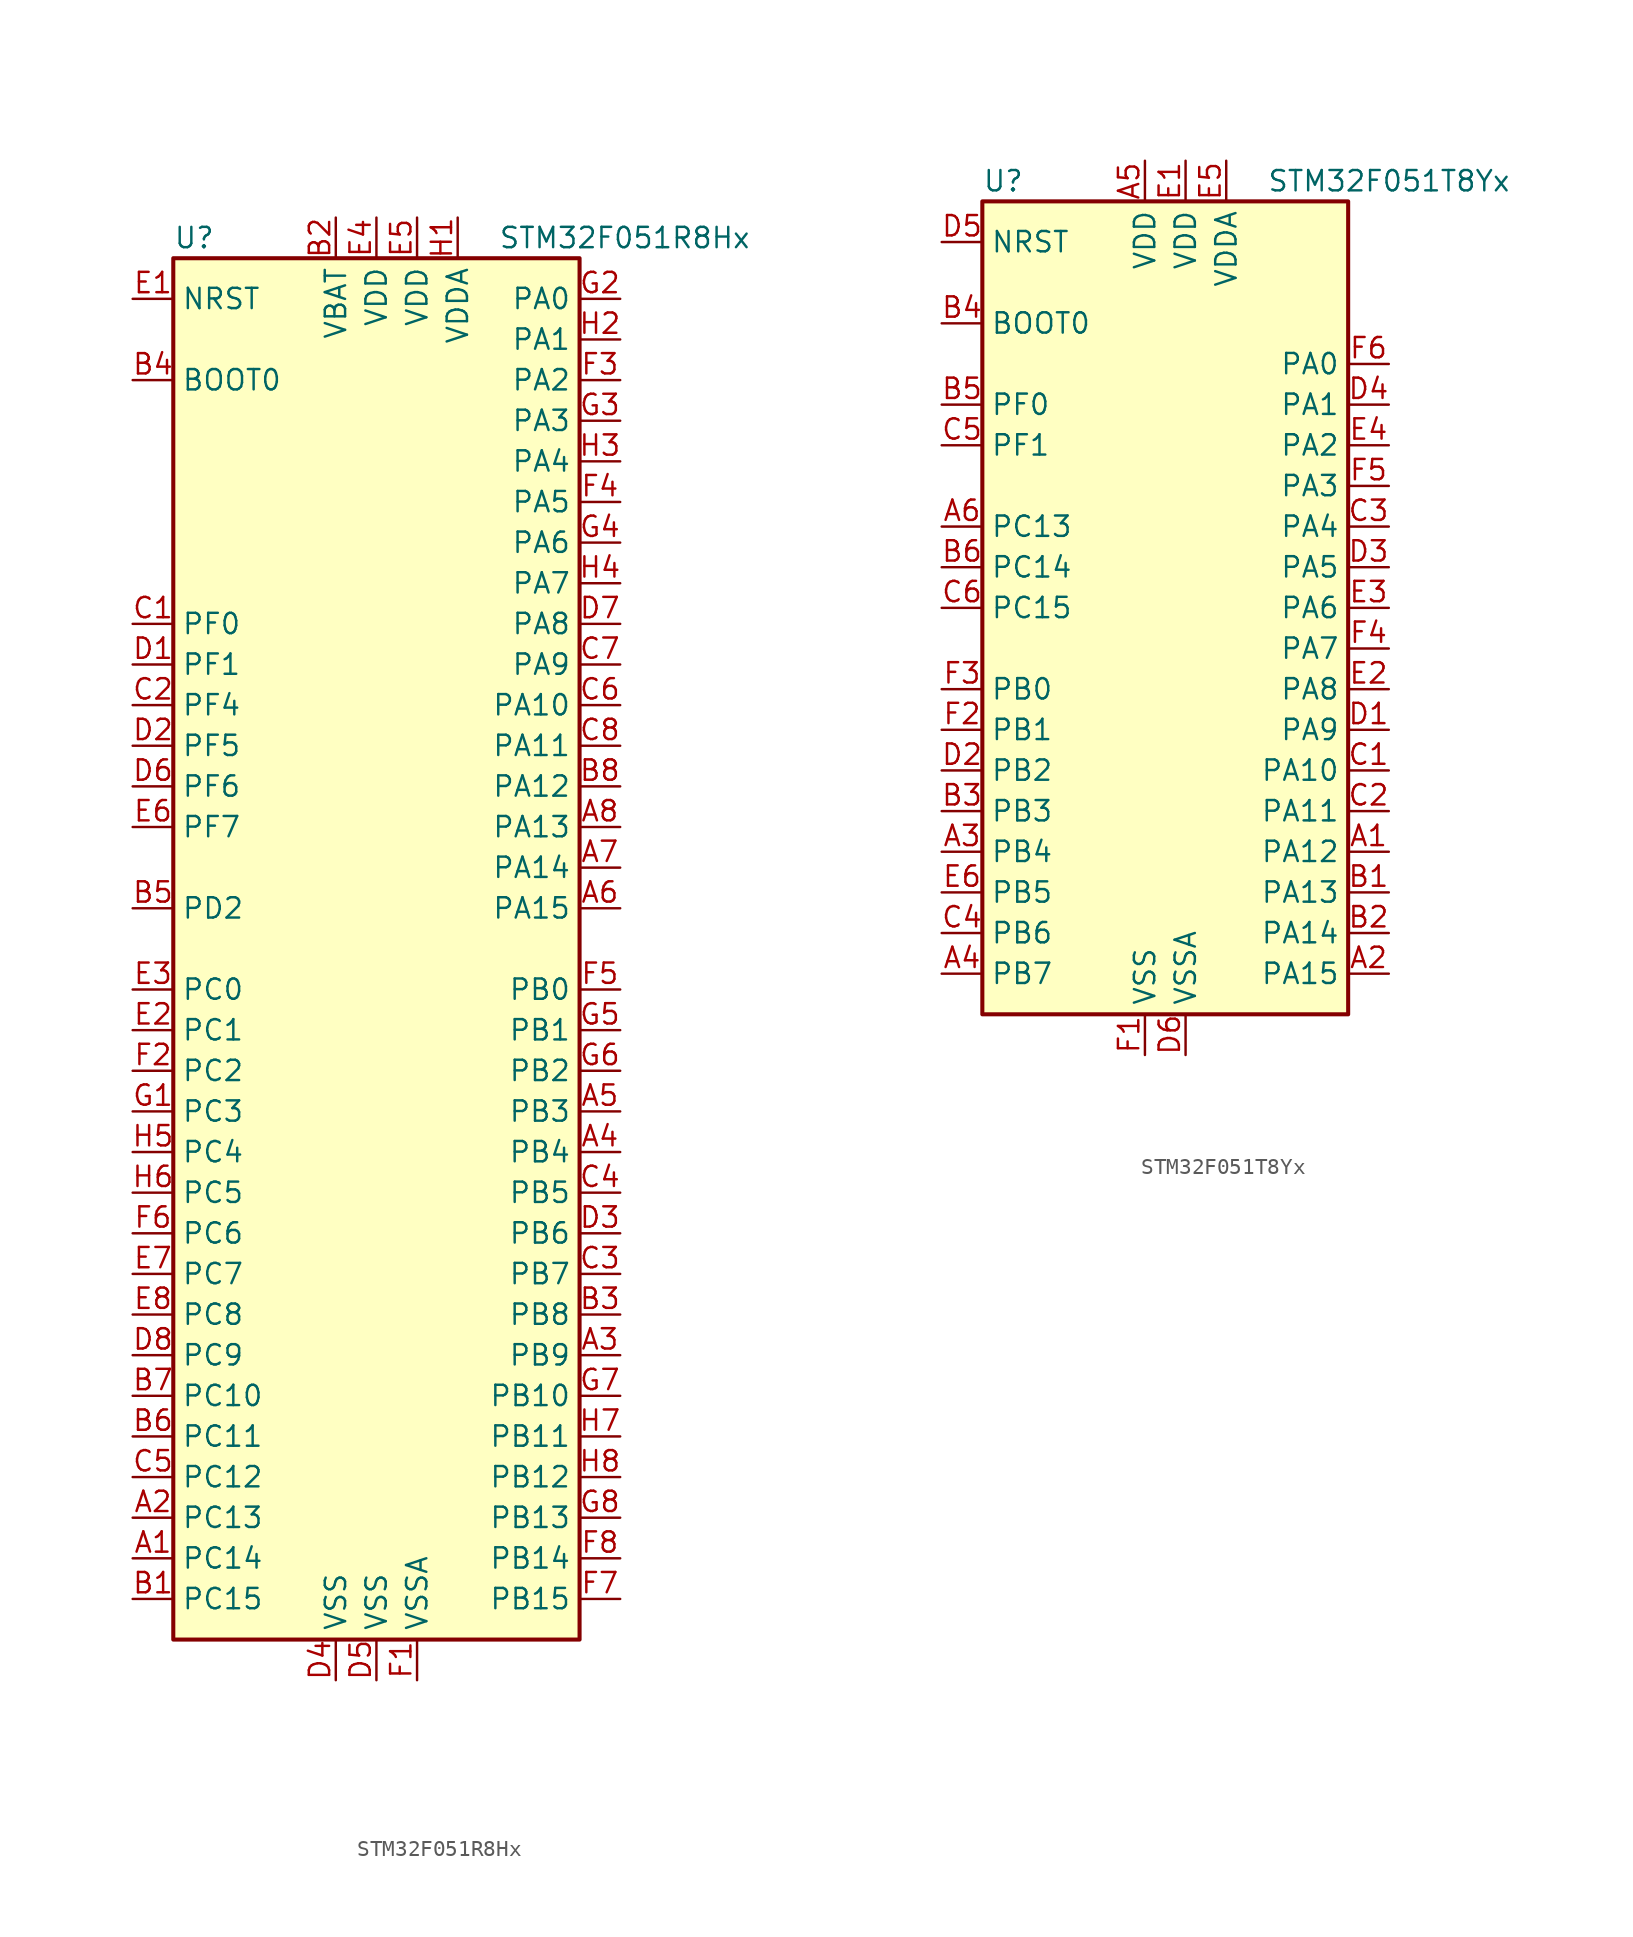
<source format=kicad_sym>
(kicad_symbol_lib
  (version 20211014)
  (generator kicad_symbol_editor)
  (symbol "STM32F051R8Hx"
    (property "Reference" "U"
      (at -12.7 44.45 0)
      (effects (font (size 1.27 1.27)) (justify left)))
    (property "Value" "STM32F051R8Hx"
      (at 7.62 44.45 0)
      (effects (font (size 1.27 1.27)) (justify left)))
    (symbol "STM32F051R8Hx_0_1"
      (rectangle (start -12.7 -43.18) (end 12.7 43.18) (stroke (width 0.254) (type default) (color 0 0 0 0)) (fill (type background))))
    (symbol "STM32F051R8Hx_1_1"
      (pin bidirectional line (at -15.24 -38.1 0) (length 2.54) (name "PC14" (effects (font (size 1.27 1.27)))) (number "A1" (effects (font (size 1.27 1.27)))))
      (pin bidirectional line (at -15.24 -35.56 0) (length 2.54) (name "PC13" (effects (font (size 1.27 1.27)))) (number "A2" (effects (font (size 1.27 1.27)))))
      (pin bidirectional line (at 15.24 -25.4 180) (length 2.54) (name "PB9" (effects (font (size 1.27 1.27)))) (number "A3" (effects (font (size 1.27 1.27)))))
      (pin bidirectional line (at 15.24 -12.7 180) (length 2.54) (name "PB4" (effects (font (size 1.27 1.27)))) (number "A4" (effects (font (size 1.27 1.27)))))
      (pin bidirectional line (at 15.24 -10.16 180) (length 2.54) (name "PB3" (effects (font (size 1.27 1.27)))) (number "A5" (effects (font (size 1.27 1.27)))))
      (pin bidirectional line (at 15.24 2.54 180) (length 2.54) (name "PA15" (effects (font (size 1.27 1.27)))) (number "A6" (effects (font (size 1.27 1.27)))))
      (pin bidirectional line (at 15.24 5.08 180) (length 2.54) (name "PA14" (effects (font (size 1.27 1.27)))) (number "A7" (effects (font (size 1.27 1.27)))))
      (pin bidirectional line (at 15.24 7.62 180) (length 2.54) (name "PA13" (effects (font (size 1.27 1.27)))) (number "A8" (effects (font (size 1.27 1.27)))))
      (pin bidirectional line (at -15.24 -40.64 0) (length 2.54) (name "PC15" (effects (font (size 1.27 1.27)))) (number "B1" (effects (font (size 1.27 1.27)))))
      (pin power_in line (at -2.54 45.72 270) (length 2.54) (name "VBAT" (effects (font (size 1.27 1.27)))) (number "B2" (effects (font (size 1.27 1.27)))))
      (pin bidirectional line (at 15.24 -22.86 180) (length 2.54) (name "PB8" (effects (font (size 1.27 1.27)))) (number "B3" (effects (font (size 1.27 1.27)))))
      (pin input line (at -15.24 35.56 0) (length 2.54) (name "BOOT0" (effects (font (size 1.27 1.27)))) (number "B4" (effects (font (size 1.27 1.27)))))
      (pin bidirectional line (at -15.24 2.54 0) (length 2.54) (name "PD2" (effects (font (size 1.27 1.27)))) (number "B5" (effects (font (size 1.27 1.27)))))
      (pin bidirectional line (at -15.24 -30.48 0) (length 2.54) (name "PC11" (effects (font (size 1.27 1.27)))) (number "B6" (effects (font (size 1.27 1.27)))))
      (pin bidirectional line (at -15.24 -27.94 0) (length 2.54) (name "PC10" (effects (font (size 1.27 1.27)))) (number "B7" (effects (font (size 1.27 1.27)))))
      (pin bidirectional line (at 15.24 10.16 180) (length 2.54) (name "PA12" (effects (font (size 1.27 1.27)))) (number "B8" (effects (font (size 1.27 1.27)))))
      (pin input line (at -15.24 20.32 0) (length 2.54) (name "PF0" (effects (font (size 1.27 1.27)))) (number "C1" (effects (font (size 1.27 1.27)))))
      (pin bidirectional line (at -15.24 15.24 0) (length 2.54) (name "PF4" (effects (font (size 1.27 1.27)))) (number "C2" (effects (font (size 1.27 1.27)))))
      (pin bidirectional line (at 15.24 -20.32 180) (length 2.54) (name "PB7" (effects (font (size 1.27 1.27)))) (number "C3" (effects (font (size 1.27 1.27)))))
      (pin bidirectional line (at 15.24 -15.24 180) (length 2.54) (name "PB5" (effects (font (size 1.27 1.27)))) (number "C4" (effects (font (size 1.27 1.27)))))
      (pin bidirectional line (at -15.24 -33.02 0) (length 2.54) (name "PC12" (effects (font (size 1.27 1.27)))) (number "C5" (effects (font (size 1.27 1.27)))))
      (pin bidirectional line (at 15.24 15.24 180) (length 2.54) (name "PA10" (effects (font (size 1.27 1.27)))) (number "C6" (effects (font (size 1.27 1.27)))))
      (pin bidirectional line (at 15.24 17.78 180) (length 2.54) (name "PA9" (effects (font (size 1.27 1.27)))) (number "C7" (effects (font (size 1.27 1.27)))))
      (pin bidirectional line (at 15.24 12.7 180) (length 2.54) (name "PA11" (effects (font (size 1.27 1.27)))) (number "C8" (effects (font (size 1.27 1.27)))))
      (pin input line (at -15.24 17.78 0) (length 2.54) (name "PF1" (effects (font (size 1.27 1.27)))) (number "D1" (effects (font (size 1.27 1.27)))))
      (pin bidirectional line (at -15.24 12.7 0) (length 2.54) (name "PF5" (effects (font (size 1.27 1.27)))) (number "D2" (effects (font (size 1.27 1.27)))))
      (pin bidirectional line (at 15.24 -17.78 180) (length 2.54) (name "PB6" (effects (font (size 1.27 1.27)))) (number "D3" (effects (font (size 1.27 1.27)))))
      (pin power_in line (at -2.54 -45.72 90) (length 2.54) (name "VSS" (effects (font (size 1.27 1.27)))) (number "D4" (effects (font (size 1.27 1.27)))))
      (pin power_in line (at 0 -45.72 90) (length 2.54) (name "VSS" (effects (font (size 1.27 1.27)))) (number "D5" (effects (font (size 1.27 1.27)))))
      (pin bidirectional line (at -15.24 10.16 0) (length 2.54) (name "PF6" (effects (font (size 1.27 1.27)))) (number "D6" (effects (font (size 1.27 1.27)))))
      (pin bidirectional line (at 15.24 20.32 180) (length 2.54) (name "PA8" (effects (font (size 1.27 1.27)))) (number "D7" (effects (font (size 1.27 1.27)))))
      (pin bidirectional line (at -15.24 -25.4 0) (length 2.54) (name "PC9" (effects (font (size 1.27 1.27)))) (number "D8" (effects (font (size 1.27 1.27)))))
      (pin input line (at -15.24 40.64 0) (length 2.54) (name "NRST" (effects (font (size 1.27 1.27)))) (number "E1" (effects (font (size 1.27 1.27)))))
      (pin bidirectional line (at -15.24 -5.08 0) (length 2.54) (name "PC1" (effects (font (size 1.27 1.27)))) (number "E2" (effects (font (size 1.27 1.27)))))
      (pin bidirectional line (at -15.24 -2.54 0) (length 2.54) (name "PC0" (effects (font (size 1.27 1.27)))) (number "E3" (effects (font (size 1.27 1.27)))))
      (pin power_in line (at 0 45.72 270) (length 2.54) (name "VDD" (effects (font (size 1.27 1.27)))) (number "E4" (effects (font (size 1.27 1.27)))))
      (pin power_in line (at 2.54 45.72 270) (length 2.54) (name "VDD" (effects (font (size 1.27 1.27)))) (number "E5" (effects (font (size 1.27 1.27)))))
      (pin bidirectional line (at -15.24 7.62 0) (length 2.54) (name "PF7" (effects (font (size 1.27 1.27)))) (number "E6" (effects (font (size 1.27 1.27)))))
      (pin bidirectional line (at -15.24 -20.32 0) (length 2.54) (name "PC7" (effects (font (size 1.27 1.27)))) (number "E7" (effects (font (size 1.27 1.27)))))
      (pin bidirectional line (at -15.24 -22.86 0) (length 2.54) (name "PC8" (effects (font (size 1.27 1.27)))) (number "E8" (effects (font (size 1.27 1.27)))))
      (pin power_in line (at 2.54 -45.72 90) (length 2.54) (name "VSSA" (effects (font (size 1.27 1.27)))) (number "F1" (effects (font (size 1.27 1.27)))))
      (pin bidirectional line (at -15.24 -7.62 0) (length 2.54) (name "PC2" (effects (font (size 1.27 1.27)))) (number "F2" (effects (font (size 1.27 1.27)))))
      (pin bidirectional line (at 15.24 35.56 180) (length 2.54) (name "PA2" (effects (font (size 1.27 1.27)))) (number "F3" (effects (font (size 1.27 1.27)))))
      (pin bidirectional line (at 15.24 27.94 180) (length 2.54) (name "PA5" (effects (font (size 1.27 1.27)))) (number "F4" (effects (font (size 1.27 1.27)))))
      (pin bidirectional line (at 15.24 -2.54 180) (length 2.54) (name "PB0" (effects (font (size 1.27 1.27)))) (number "F5" (effects (font (size 1.27 1.27)))))
      (pin bidirectional line (at -15.24 -17.78 0) (length 2.54) (name "PC6" (effects (font (size 1.27 1.27)))) (number "F6" (effects (font (size 1.27 1.27)))))
      (pin bidirectional line (at 15.24 -40.64 180) (length 2.54) (name "PB15" (effects (font (size 1.27 1.27)))) (number "F7" (effects (font (size 1.27 1.27)))))
      (pin bidirectional line (at 15.24 -38.1 180) (length 2.54) (name "PB14" (effects (font (size 1.27 1.27)))) (number "F8" (effects (font (size 1.27 1.27)))))
      (pin bidirectional line (at -15.24 -10.16 0) (length 2.54) (name "PC3" (effects (font (size 1.27 1.27)))) (number "G1" (effects (font (size 1.27 1.27)))))
      (pin bidirectional line (at 15.24 40.64 180) (length 2.54) (name "PA0" (effects (font (size 1.27 1.27)))) (number "G2" (effects (font (size 1.27 1.27)))))
      (pin bidirectional line (at 15.24 33.02 180) (length 2.54) (name "PA3" (effects (font (size 1.27 1.27)))) (number "G3" (effects (font (size 1.27 1.27)))))
      (pin bidirectional line (at 15.24 25.4 180) (length 2.54) (name "PA6" (effects (font (size 1.27 1.27)))) (number "G4" (effects (font (size 1.27 1.27)))))
      (pin bidirectional line (at 15.24 -5.08 180) (length 2.54) (name "PB1" (effects (font (size 1.27 1.27)))) (number "G5" (effects (font (size 1.27 1.27)))))
      (pin bidirectional line (at 15.24 -7.62 180) (length 2.54) (name "PB2" (effects (font (size 1.27 1.27)))) (number "G6" (effects (font (size 1.27 1.27)))))
      (pin bidirectional line (at 15.24 -27.94 180) (length 2.54) (name "PB10" (effects (font (size 1.27 1.27)))) (number "G7" (effects (font (size 1.27 1.27)))))
      (pin bidirectional line (at 15.24 -35.56 180) (length 2.54) (name "PB13" (effects (font (size 1.27 1.27)))) (number "G8" (effects (font (size 1.27 1.27)))))
      (pin power_in line (at 5.08 45.72 270) (length 2.54) (name "VDDA" (effects (font (size 1.27 1.27)))) (number "H1" (effects (font (size 1.27 1.27)))))
      (pin bidirectional line (at 15.24 38.1 180) (length 2.54) (name "PA1" (effects (font (size 1.27 1.27)))) (number "H2" (effects (font (size 1.27 1.27)))))
      (pin bidirectional line (at 15.24 30.48 180) (length 2.54) (name "PA4" (effects (font (size 1.27 1.27)))) (number "H3" (effects (font (size 1.27 1.27)))))
      (pin bidirectional line (at 15.24 22.86 180) (length 2.54) (name "PA7" (effects (font (size 1.27 1.27)))) (number "H4" (effects (font (size 1.27 1.27)))))
      (pin bidirectional line (at -15.24 -12.7 0) (length 2.54) (name "PC4" (effects (font (size 1.27 1.27)))) (number "H5" (effects (font (size 1.27 1.27)))))
      (pin bidirectional line (at -15.24 -15.24 0) (length 2.54) (name "PC5" (effects (font (size 1.27 1.27)))) (number "H6" (effects (font (size 1.27 1.27)))))
      (pin bidirectional line (at 15.24 -30.48 180) (length 2.54) (name "PB11" (effects (font (size 1.27 1.27)))) (number "H7" (effects (font (size 1.27 1.27)))))
      (pin bidirectional line (at 15.24 -33.02 180) (length 2.54) (name "PB12" (effects (font (size 1.27 1.27)))) (number "H8" (effects (font (size 1.27 1.27)))))))
  (symbol "STM32F051T8Yx"
    (property "Reference" "U"
      (at -12.7 26.67 0)
      (effects (font (size 1.27 1.27)) (justify left)))
    (property "Value" "STM32F051T8Yx"
      (at 5.08 26.67 0)
      (effects (font (size 1.27 1.27)) (justify left)))
    (symbol "STM32F051T8Yx_0_1"
      (rectangle (start -12.7 -25.4) (end 10.16 25.4) (stroke (width 0.254) (type default) (color 0 0 0 0)) (fill (type background))))
    (symbol "STM32F051T8Yx_1_1"
      (pin bidirectional line (at 12.7 -15.24 180) (length 2.54) (name "PA12" (effects (font (size 1.27 1.27)))) (number "A1" (effects (font (size 1.27 1.27)))))
      (pin bidirectional line (at 12.7 -22.86 180) (length 2.54) (name "PA15" (effects (font (size 1.27 1.27)))) (number "A2" (effects (font (size 1.27 1.27)))))
      (pin bidirectional line (at -15.24 -15.24 0) (length 2.54) (name "PB4" (effects (font (size 1.27 1.27)))) (number "A3" (effects (font (size 1.27 1.27)))))
      (pin bidirectional line (at -15.24 -22.86 0) (length 2.54) (name "PB7" (effects (font (size 1.27 1.27)))) (number "A4" (effects (font (size 1.27 1.27)))))
      (pin power_in line (at -2.54 27.94 270) (length 2.54) (name "VDD" (effects (font (size 1.27 1.27)))) (number "A5" (effects (font (size 1.27 1.27)))))
      (pin bidirectional line (at -15.24 5.08 0) (length 2.54) (name "PC13" (effects (font (size 1.27 1.27)))) (number "A6" (effects (font (size 1.27 1.27)))))
      (pin bidirectional line (at 12.7 -17.78 180) (length 2.54) (name "PA13" (effects (font (size 1.27 1.27)))) (number "B1" (effects (font (size 1.27 1.27)))))
      (pin bidirectional line (at 12.7 -20.32 180) (length 2.54) (name "PA14" (effects (font (size 1.27 1.27)))) (number "B2" (effects (font (size 1.27 1.27)))))
      (pin bidirectional line (at -15.24 -12.7 0) (length 2.54) (name "PB3" (effects (font (size 1.27 1.27)))) (number "B3" (effects (font (size 1.27 1.27)))))
      (pin input line (at -15.24 17.78 0) (length 2.54) (name "BOOT0" (effects (font (size 1.27 1.27)))) (number "B4" (effects (font (size 1.27 1.27)))))
      (pin input line (at -15.24 12.7 0) (length 2.54) (name "PF0" (effects (font (size 1.27 1.27)))) (number "B5" (effects (font (size 1.27 1.27)))))
      (pin bidirectional line (at -15.24 2.54 0) (length 2.54) (name "PC14" (effects (font (size 1.27 1.27)))) (number "B6" (effects (font (size 1.27 1.27)))))
      (pin bidirectional line (at 12.7 -10.16 180) (length 2.54) (name "PA10" (effects (font (size 1.27 1.27)))) (number "C1" (effects (font (size 1.27 1.27)))))
      (pin bidirectional line (at 12.7 -12.7 180) (length 2.54) (name "PA11" (effects (font (size 1.27 1.27)))) (number "C2" (effects (font (size 1.27 1.27)))))
      (pin bidirectional line (at 12.7 5.08 180) (length 2.54) (name "PA4" (effects (font (size 1.27 1.27)))) (number "C3" (effects (font (size 1.27 1.27)))))
      (pin bidirectional line (at -15.24 -20.32 0) (length 2.54) (name "PB6" (effects (font (size 1.27 1.27)))) (number "C4" (effects (font (size 1.27 1.27)))))
      (pin input line (at -15.24 10.16 0) (length 2.54) (name "PF1" (effects (font (size 1.27 1.27)))) (number "C5" (effects (font (size 1.27 1.27)))))
      (pin bidirectional line (at -15.24 0 0) (length 2.54) (name "PC15" (effects (font (size 1.27 1.27)))) (number "C6" (effects (font (size 1.27 1.27)))))
      (pin bidirectional line (at 12.7 -7.62 180) (length 2.54) (name "PA9" (effects (font (size 1.27 1.27)))) (number "D1" (effects (font (size 1.27 1.27)))))
      (pin bidirectional line (at -15.24 -10.16 0) (length 2.54) (name "PB2" (effects (font (size 1.27 1.27)))) (number "D2" (effects (font (size 1.27 1.27)))))
      (pin bidirectional line (at 12.7 2.54 180) (length 2.54) (name "PA5" (effects (font (size 1.27 1.27)))) (number "D3" (effects (font (size 1.27 1.27)))))
      (pin bidirectional line (at 12.7 12.7 180) (length 2.54) (name "PA1" (effects (font (size 1.27 1.27)))) (number "D4" (effects (font (size 1.27 1.27)))))
      (pin input line (at -15.24 22.86 0) (length 2.54) (name "NRST" (effects (font (size 1.27 1.27)))) (number "D5" (effects (font (size 1.27 1.27)))))
      (pin power_in line (at 0 -27.94 90) (length 2.54) (name "VSSA" (effects (font (size 1.27 1.27)))) (number "D6" (effects (font (size 1.27 1.27)))))
      (pin power_in line (at 0 27.94 270) (length 2.54) (name "VDD" (effects (font (size 1.27 1.27)))) (number "E1" (effects (font (size 1.27 1.27)))))
      (pin bidirectional line (at 12.7 -5.08 180) (length 2.54) (name "PA8" (effects (font (size 1.27 1.27)))) (number "E2" (effects (font (size 1.27 1.27)))))
      (pin bidirectional line (at 12.7 0 180) (length 2.54) (name "PA6" (effects (font (size 1.27 1.27)))) (number "E3" (effects (font (size 1.27 1.27)))))
      (pin bidirectional line (at 12.7 10.16 180) (length 2.54) (name "PA2" (effects (font (size 1.27 1.27)))) (number "E4" (effects (font (size 1.27 1.27)))))
      (pin power_in line (at 2.54 27.94 270) (length 2.54) (name "VDDA" (effects (font (size 1.27 1.27)))) (number "E5" (effects (font (size 1.27 1.27)))))
      (pin bidirectional line (at -15.24 -17.78 0) (length 2.54) (name "PB5" (effects (font (size 1.27 1.27)))) (number "E6" (effects (font (size 1.27 1.27)))))
      (pin power_in line (at -2.54 -27.94 90) (length 2.54) (name "VSS" (effects (font (size 1.27 1.27)))) (number "F1" (effects (font (size 1.27 1.27)))))
      (pin bidirectional line (at -15.24 -7.62 0) (length 2.54) (name "PB1" (effects (font (size 1.27 1.27)))) (number "F2" (effects (font (size 1.27 1.27)))))
      (pin bidirectional line (at -15.24 -5.08 0) (length 2.54) (name "PB0" (effects (font (size 1.27 1.27)))) (number "F3" (effects (font (size 1.27 1.27)))))
      (pin bidirectional line (at 12.7 -2.54 180) (length 2.54) (name "PA7" (effects (font (size 1.27 1.27)))) (number "F4" (effects (font (size 1.27 1.27)))))
      (pin bidirectional line (at 12.7 7.62 180) (length 2.54) (name "PA3" (effects (font (size 1.27 1.27)))) (number "F5" (effects (font (size 1.27 1.27)))))
      (pin bidirectional line (at 12.7 15.24 180) (length 2.54) (name "PA0" (effects (font (size 1.27 1.27)))) (number "F6" (effects (font (size 1.27 1.27))))))))
</source>
